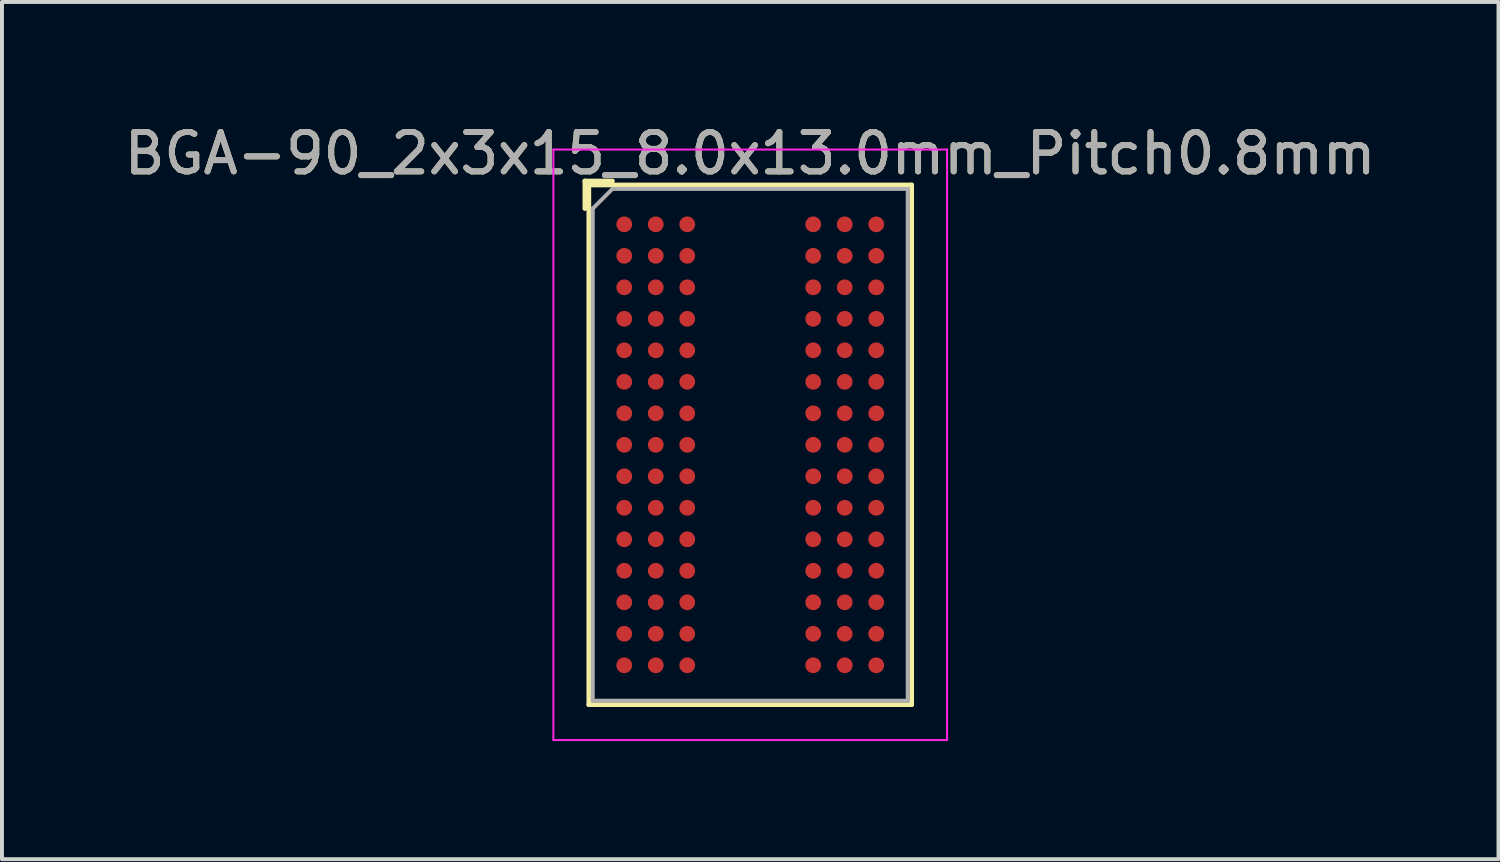
<source format=kicad_pcb>
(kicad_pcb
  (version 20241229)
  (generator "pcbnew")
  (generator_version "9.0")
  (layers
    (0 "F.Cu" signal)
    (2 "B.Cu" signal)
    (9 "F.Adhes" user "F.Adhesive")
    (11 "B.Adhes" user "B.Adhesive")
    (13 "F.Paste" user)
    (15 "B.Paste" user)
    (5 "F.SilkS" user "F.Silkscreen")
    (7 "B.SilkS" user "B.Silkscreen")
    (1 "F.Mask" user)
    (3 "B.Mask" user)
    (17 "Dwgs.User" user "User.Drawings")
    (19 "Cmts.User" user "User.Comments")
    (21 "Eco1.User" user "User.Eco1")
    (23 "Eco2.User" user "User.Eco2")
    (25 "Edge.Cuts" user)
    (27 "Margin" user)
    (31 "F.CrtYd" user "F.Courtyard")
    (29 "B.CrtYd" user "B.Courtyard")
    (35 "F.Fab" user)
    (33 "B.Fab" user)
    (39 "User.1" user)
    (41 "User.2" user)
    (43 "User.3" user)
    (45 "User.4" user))
  (footprint "BGA-90_2x3x15_8.0x13.0mm_Pitch0.8mm"
    (layer "F.Cu")
    (at 16.006 8.248)
    (property "Reference" "BGA-90_2x3x15_8.0x13.0mm_Pitch0.8mm" (at 0 -7.4 0) (layer "F.SilkS") (effects (font (size 1 1) (thickness 0.15))))
    (attr smd)
    (fp_line (start -4.2 -6.7) (end -3.5 -6.7) (stroke (width 0.12) (type solid)) (layer "F.SilkS"))
    (fp_line (start -4.2 -6) (end -4.2 -6.7) (stroke (width 0.12) (type solid)) (layer "F.SilkS"))
    (fp_line (start -4.1 -6.6) (end -4.1 6.6) (stroke (width 0.12) (type solid)) (layer "F.SilkS"))
    (fp_line (start -4.1 6.6) (end 4.1 6.6) (stroke (width 0.12) (type solid)) (layer "F.SilkS"))
    (fp_line (start 4.1 -6.6) (end -4.1 -6.6) (stroke (width 0.12) (type solid)) (layer "F.SilkS"))
    (fp_line (start 4.1 6.6) (end 4.1 -6.6) (stroke (width 0.12) (type solid)) (layer "F.SilkS"))
    (fp_line (start -5 -7.5) (end -5 7.5) (stroke (width 0.05) (type solid)) (layer "F.CrtYd"))
    (fp_line (start -5 -7.5) (end 5 -7.5) (stroke (width 0.05) (type solid)) (layer "F.CrtYd"))
    (fp_line (start 5 7.5) (end -5 7.5) (stroke (width 0.05) (type solid)) (layer "F.CrtYd"))
    (fp_line (start 5 7.5) (end 5 -7.5) (stroke (width 0.05) (type solid)) (layer "F.CrtYd"))
    (fp_line (start -4 -6) (end -4 6.5) (stroke (width 0.1) (type solid)) (layer "F.Fab"))
    (fp_line (start -4 6.5) (end 4 6.5) (stroke (width 0.1) (type solid)) (layer "F.Fab"))
    (fp_line (start -3.5 -6.5) (end -4 -6) (stroke (width 0.1) (type solid)) (layer "F.Fab"))
    (fp_line (start 4 -6.5) (end -3.5 -6.5) (stroke (width 0.1) (type solid)) (layer "F.Fab"))
    (fp_line (start 4 6.5) (end 4 -6.5) (stroke (width 0.1) (type solid)) (layer "F.Fab"))
    (fp_text user "${REFERENCE}" (at 0 -7.4 0) (layer "F.Fab") (effects (font (size 1 1) (thickness 0.15))))
    (pad "A1" smd circle (at -3.2 -5.6) (size 0.4 0.4) (layers "F.Cu" "F.Mask" "F.Paste"))
    (pad "A2" smd circle (at -2.4 -5.6) (size 0.4 0.4) (layers "F.Cu" "F.Mask" "F.Paste"))
    (pad "A3" smd circle (at -1.6 -5.6) (size 0.4 0.4) (layers "F.Cu" "F.Mask" "F.Paste"))
    (pad "A7" smd circle (at 1.6 -5.6) (size 0.4 0.4) (layers "F.Cu" "F.Mask" "F.Paste"))
    (pad "A8" smd circle (at 2.4 -5.6) (size 0.4 0.4) (layers "F.Cu" "F.Mask" "F.Paste"))
    (pad "A9" smd circle (at 3.2 -5.6) (size 0.4 0.4) (layers "F.Cu" "F.Mask" "F.Paste"))
    (pad "B1" smd circle (at -3.2 -4.8) (size 0.4 0.4) (layers "F.Cu" "F.Mask" "F.Paste"))
    (pad "B2" smd circle (at -2.4 -4.8) (size 0.4 0.4) (layers "F.Cu" "F.Mask" "F.Paste"))
    (pad "B3" smd circle (at -1.6 -4.8) (size 0.4 0.4) (layers "F.Cu" "F.Mask" "F.Paste"))
    (pad "B7" smd circle (at 1.6 -4.8) (size 0.4 0.4) (layers "F.Cu" "F.Mask" "F.Paste"))
    (pad "B8" smd circle (at 2.4 -4.8) (size 0.4 0.4) (layers "F.Cu" "F.Mask" "F.Paste"))
    (pad "B9" smd circle (at 3.2 -4.8) (size 0.4 0.4) (layers "F.Cu" "F.Mask" "F.Paste"))
    (pad "C1" smd circle (at -3.2 -4) (size 0.4 0.4) (layers "F.Cu" "F.Mask" "F.Paste"))
    (pad "C2" smd circle (at -2.4 -4) (size 0.4 0.4) (layers "F.Cu" "F.Mask" "F.Paste"))
    (pad "C3" smd circle (at -1.6 -4) (size 0.4 0.4) (layers "F.Cu" "F.Mask" "F.Paste"))
    (pad "C7" smd circle (at 1.6 -4) (size 0.4 0.4) (layers "F.Cu" "F.Mask" "F.Paste"))
    (pad "C8" smd circle (at 2.4 -4) (size 0.4 0.4) (layers "F.Cu" "F.Mask" "F.Paste"))
    (pad "C9" smd circle (at 3.2 -4) (size 0.4 0.4) (layers "F.Cu" "F.Mask" "F.Paste"))
    (pad "D1" smd circle (at -3.2 -3.2) (size 0.4 0.4) (layers "F.Cu" "F.Mask" "F.Paste"))
    (pad "D2" smd circle (at -2.4 -3.2) (size 0.4 0.4) (layers "F.Cu" "F.Mask" "F.Paste"))
    (pad "D3" smd circle (at -1.6 -3.2) (size 0.4 0.4) (layers "F.Cu" "F.Mask" "F.Paste"))
    (pad "D7" smd circle (at 1.6 -3.2) (size 0.4 0.4) (layers "F.Cu" "F.Mask" "F.Paste"))
    (pad "D8" smd circle (at 2.4 -3.2) (size 0.4 0.4) (layers "F.Cu" "F.Mask" "F.Paste"))
    (pad "D9" smd circle (at 3.2 -3.2) (size 0.4 0.4) (layers "F.Cu" "F.Mask" "F.Paste"))
    (pad "E1" smd circle (at -3.2 -2.4) (size 0.4 0.4) (layers "F.Cu" "F.Mask" "F.Paste"))
    (pad "E2" smd circle (at -2.4 -2.4) (size 0.4 0.4) (layers "F.Cu" "F.Mask" "F.Paste"))
    (pad "E3" smd circle (at -1.6 -2.4) (size 0.4 0.4) (layers "F.Cu" "F.Mask" "F.Paste"))
    (pad "E7" smd circle (at 1.6 -2.4) (size 0.4 0.4) (layers "F.Cu" "F.Mask" "F.Paste"))
    (pad "E8" smd circle (at 2.4 -2.4) (size 0.4 0.4) (layers "F.Cu" "F.Mask" "F.Paste"))
    (pad "E9" smd circle (at 3.2 -2.4) (size 0.4 0.4) (layers "F.Cu" "F.Mask" "F.Paste"))
    (pad "F1" smd circle (at -3.2 -1.6) (size 0.4 0.4) (layers "F.Cu" "F.Mask" "F.Paste"))
    (pad "F2" smd circle (at -2.4 -1.6) (size 0.4 0.4) (layers "F.Cu" "F.Mask" "F.Paste"))
    (pad "F3" smd circle (at -1.6 -1.6) (size 0.4 0.4) (layers "F.Cu" "F.Mask" "F.Paste"))
    (pad "F7" smd circle (at 1.6 -1.6) (size 0.4 0.4) (layers "F.Cu" "F.Mask" "F.Paste"))
    (pad "F8" smd circle (at 2.4 -1.6) (size 0.4 0.4) (layers "F.Cu" "F.Mask" "F.Paste"))
    (pad "F9" smd circle (at 3.2 -1.6) (size 0.4 0.4) (layers "F.Cu" "F.Mask" "F.Paste"))
    (pad "G1" smd circle (at -3.2 -0.8) (size 0.4 0.4) (layers "F.Cu" "F.Mask" "F.Paste"))
    (pad "G2" smd circle (at -2.4 -0.8) (size 0.4 0.4) (layers "F.Cu" "F.Mask" "F.Paste"))
    (pad "G3" smd circle (at -1.6 -0.8) (size 0.4 0.4) (layers "F.Cu" "F.Mask" "F.Paste"))
    (pad "G7" smd circle (at 1.6 -0.8) (size 0.4 0.4) (layers "F.Cu" "F.Mask" "F.Paste"))
    (pad "G8" smd circle (at 2.4 -0.8) (size 0.4 0.4) (layers "F.Cu" "F.Mask" "F.Paste"))
    (pad "G9" smd circle (at 3.2 -0.8) (size 0.4 0.4) (layers "F.Cu" "F.Mask" "F.Paste"))
    (pad "H1" smd circle (at -3.2 0) (size 0.4 0.4) (layers "F.Cu" "F.Mask" "F.Paste"))
    (pad "H2" smd circle (at -2.4 0) (size 0.4 0.4) (layers "F.Cu" "F.Mask" "F.Paste"))
    (pad "H3" smd circle (at -1.6 0) (size 0.4 0.4) (layers "F.Cu" "F.Mask" "F.Paste"))
    (pad "H7" smd circle (at 1.6 0) (size 0.4 0.4) (layers "F.Cu" "F.Mask" "F.Paste"))
    (pad "H8" smd circle (at 2.4 0) (size 0.4 0.4) (layers "F.Cu" "F.Mask" "F.Paste"))
    (pad "H9" smd circle (at 3.2 0) (size 0.4 0.4) (layers "F.Cu" "F.Mask" "F.Paste"))
    (pad "J1" smd circle (at -3.2 0.8) (size 0.4 0.4) (layers "F.Cu" "F.Mask" "F.Paste"))
    (pad "J2" smd circle (at -2.4 0.8) (size 0.4 0.4) (layers "F.Cu" "F.Mask" "F.Paste"))
    (pad "J3" smd circle (at -1.6 0.8) (size 0.4 0.4) (layers "F.Cu" "F.Mask" "F.Paste"))
    (pad "J7" smd circle (at 1.6 0.8) (size 0.4 0.4) (layers "F.Cu" "F.Mask" "F.Paste"))
    (pad "J8" smd circle (at 2.4 0.8) (size 0.4 0.4) (layers "F.Cu" "F.Mask" "F.Paste"))
    (pad "J9" smd circle (at 3.2 0.8) (size 0.4 0.4) (layers "F.Cu" "F.Mask" "F.Paste"))
    (pad "K1" smd circle (at -3.2 1.6) (size 0.4 0.4) (layers "F.Cu" "F.Mask" "F.Paste"))
    (pad "K2" smd circle (at -2.4 1.6) (size 0.4 0.4) (layers "F.Cu" "F.Mask" "F.Paste"))
    (pad "K3" smd circle (at -1.6 1.6) (size 0.4 0.4) (layers "F.Cu" "F.Mask" "F.Paste"))
    (pad "K7" smd circle (at 1.6 1.6) (size 0.4 0.4) (layers "F.Cu" "F.Mask" "F.Paste"))
    (pad "K8" smd circle (at 2.4 1.6) (size 0.4 0.4) (layers "F.Cu" "F.Mask" "F.Paste"))
    (pad "K9" smd circle (at 3.2 1.6) (size 0.4 0.4) (layers "F.Cu" "F.Mask" "F.Paste"))
    (pad "L1" smd circle (at -3.2 2.4) (size 0.4 0.4) (layers "F.Cu" "F.Mask" "F.Paste"))
    (pad "L2" smd circle (at -2.4 2.4) (size 0.4 0.4) (layers "F.Cu" "F.Mask" "F.Paste"))
    (pad "L3" smd circle (at -1.6 2.4) (size 0.4 0.4) (layers "F.Cu" "F.Mask" "F.Paste"))
    (pad "L7" smd circle (at 1.6 2.4) (size 0.4 0.4) (layers "F.Cu" "F.Mask" "F.Paste"))
    (pad "L8" smd circle (at 2.4 2.4) (size 0.4 0.4) (layers "F.Cu" "F.Mask" "F.Paste"))
    (pad "L9" smd circle (at 3.2 2.4) (size 0.4 0.4) (layers "F.Cu" "F.Mask" "F.Paste"))
    (pad "M1" smd circle (at -3.2 3.2) (size 0.4 0.4) (layers "F.Cu" "F.Mask" "F.Paste"))
    (pad "M2" smd circle (at -2.4 3.2) (size 0.4 0.4) (layers "F.Cu" "F.Mask" "F.Paste"))
    (pad "M3" smd circle (at -1.6 3.2) (size 0.4 0.4) (layers "F.Cu" "F.Mask" "F.Paste"))
    (pad "M7" smd circle (at 1.6 3.2) (size 0.4 0.4) (layers "F.Cu" "F.Mask" "F.Paste"))
    (pad "M8" smd circle (at 2.4 3.2) (size 0.4 0.4) (layers "F.Cu" "F.Mask" "F.Paste"))
    (pad "M9" smd circle (at 3.2 3.2) (size 0.4 0.4) (layers "F.Cu" "F.Mask" "F.Paste"))
    (pad "N1" smd circle (at -3.2 4) (size 0.4 0.4) (layers "F.Cu" "F.Mask" "F.Paste"))
    (pad "N2" smd circle (at -2.4 4) (size 0.4 0.4) (layers "F.Cu" "F.Mask" "F.Paste"))
    (pad "N3" smd circle (at -1.6 4) (size 0.4 0.4) (layers "F.Cu" "F.Mask" "F.Paste"))
    (pad "N7" smd circle (at 1.6 4) (size 0.4 0.4) (layers "F.Cu" "F.Mask" "F.Paste"))
    (pad "N8" smd circle (at 2.4 4) (size 0.4 0.4) (layers "F.Cu" "F.Mask" "F.Paste"))
    (pad "N9" smd circle (at 3.2 4) (size 0.4 0.4) (layers "F.Cu" "F.Mask" "F.Paste"))
    (pad "P1" smd circle (at -3.2 4.8) (size 0.4 0.4) (layers "F.Cu" "F.Mask" "F.Paste"))
    (pad "P2" smd circle (at -2.4 4.8) (size 0.4 0.4) (layers "F.Cu" "F.Mask" "F.Paste"))
    (pad "P3" smd circle (at -1.6 4.8) (size 0.4 0.4) (layers "F.Cu" "F.Mask" "F.Paste"))
    (pad "P7" smd circle (at 1.6 4.8) (size 0.4 0.4) (layers "F.Cu" "F.Mask" "F.Paste"))
    (pad "P8" smd circle (at 2.4 4.8) (size 0.4 0.4) (layers "F.Cu" "F.Mask" "F.Paste"))
    (pad "P9" smd circle (at 3.2 4.8) (size 0.4 0.4) (layers "F.Cu" "F.Mask" "F.Paste"))
    (pad "R1" smd circle (at -3.2 5.6) (size 0.4 0.4) (layers "F.Cu" "F.Mask" "F.Paste"))
    (pad "R2" smd circle (at -2.4 5.6) (size 0.4 0.4) (layers "F.Cu" "F.Mask" "F.Paste"))
    (pad "R3" smd circle (at -1.6 5.6) (size 0.4 0.4) (layers "F.Cu" "F.Mask" "F.Paste"))
    (pad "R7" smd circle (at 1.6 5.6) (size 0.4 0.4) (layers "F.Cu" "F.Mask" "F.Paste"))
    (pad "R8" smd circle (at 2.4 5.6) (size 0.4 0.4) (layers "F.Cu" "F.Mask" "F.Paste"))
    (pad "R9" smd circle (at 3.2 5.6) (size 0.4 0.4) (layers "F.Cu" "F.Mask" "F.Paste")))
  (gr_rect
    (start -3 -3)
    (end 35.012 18.773)
    (stroke (width 0.1) (type default))
    (fill no)
    (layer "Edge.Cuts")))
</source>
